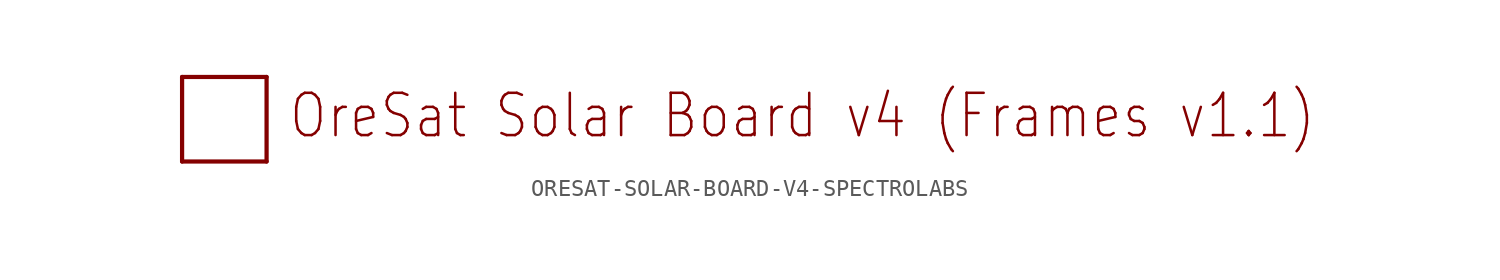
<source format=kicad_sym>
(kicad_symbol_lib
  (version 20220914)
  (generator kicad_symbol_editor)
  (symbol "ORESAT-SOLAR-BOARD-V4-SPECTROLABS"
    (property "Reference" "PCB"
      (at 0 0 0)
      (effects (font (size 1.27 1.27)) hide))
    (property "ki_locked" ""
      (at 0 0 0)
      (effects (font (size 1.27 1.27))))
    (symbol "ORESAT-SOLAR-BOARD-V4-SPECTROLABS_1_0"
      (polyline (pts (xy -2.54 -2.54) (xy 2.54 -2.54)) (stroke (width 0.254) (type solid)) (fill (type none)))
      (polyline (pts (xy -2.54 2.54) (xy -2.54 -2.54)) (stroke (width 0.254) (type solid)) (fill (type none)))
      (polyline (pts (xy 2.54 -2.54) (xy 2.54 2.54)) (stroke (width 0.254) (type solid)) (fill (type none)))
      (polyline (pts (xy 2.54 2.54) (xy -2.54 2.54)) (stroke (width 0.254) (type solid)) (fill (type none)))
      (text "OreSat Solar Board v4 (Frames v1.1)" (at 3.81 -1.27 0) (effects (font (size 2.54 2.159)) (justify left bottom))))))
</source>
